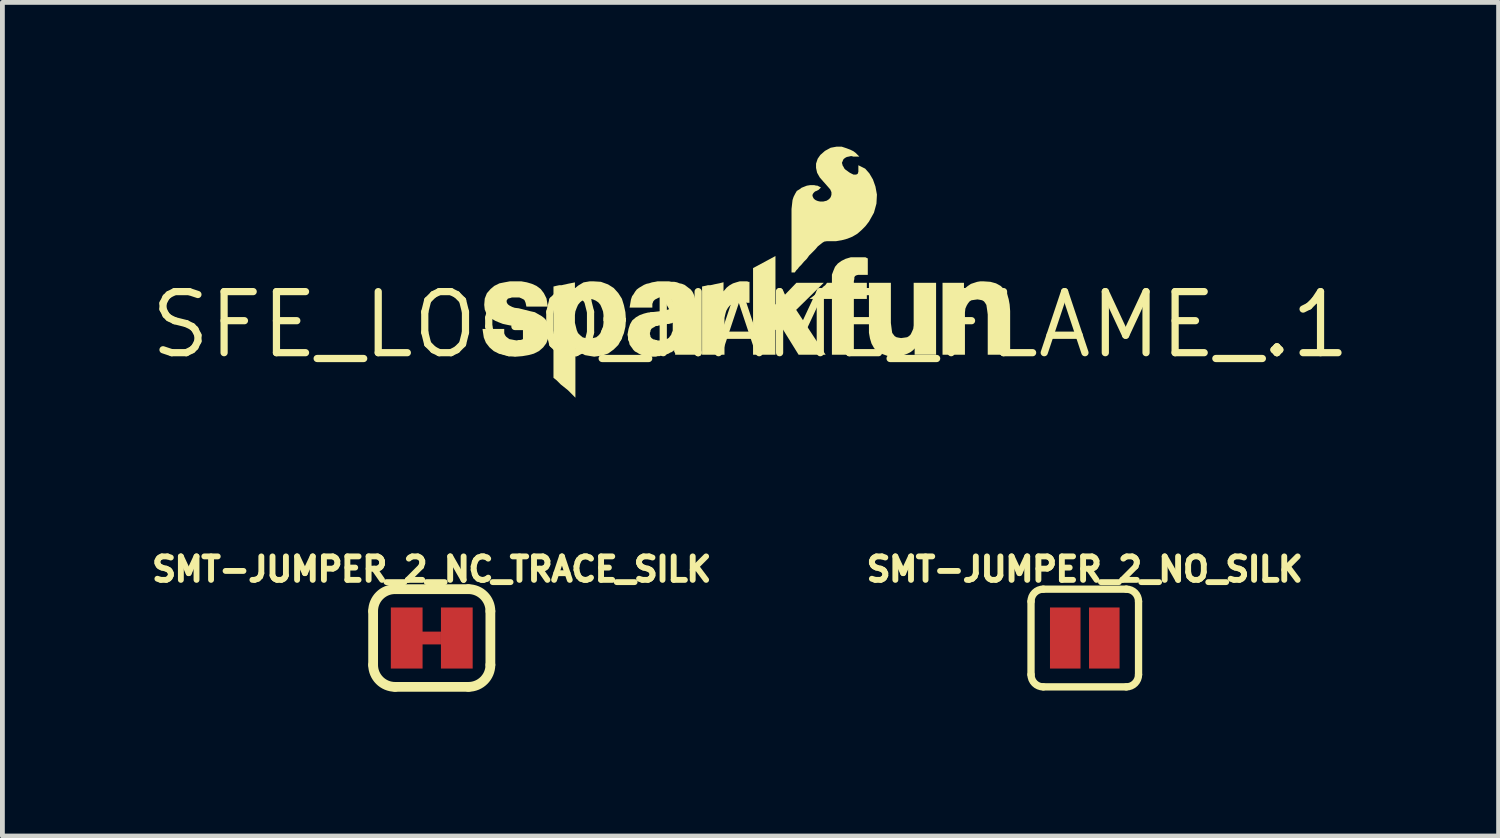
<source format=kicad_pcb>
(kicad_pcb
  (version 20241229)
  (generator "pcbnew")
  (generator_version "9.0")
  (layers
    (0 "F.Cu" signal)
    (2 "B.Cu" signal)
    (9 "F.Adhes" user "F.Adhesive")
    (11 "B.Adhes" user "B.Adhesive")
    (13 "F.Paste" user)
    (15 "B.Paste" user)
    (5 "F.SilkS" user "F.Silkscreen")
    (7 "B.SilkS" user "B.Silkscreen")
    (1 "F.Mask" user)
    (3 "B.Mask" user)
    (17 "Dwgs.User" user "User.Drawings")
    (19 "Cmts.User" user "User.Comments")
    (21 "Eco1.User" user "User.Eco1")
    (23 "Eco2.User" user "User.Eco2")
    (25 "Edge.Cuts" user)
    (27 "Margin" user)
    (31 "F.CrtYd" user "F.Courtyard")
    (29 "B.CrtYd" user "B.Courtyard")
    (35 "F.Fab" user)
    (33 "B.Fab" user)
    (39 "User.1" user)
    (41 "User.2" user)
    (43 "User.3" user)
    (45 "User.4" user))
  (footprint "SMT-JUMPER_2_NC_TRACE_SILK"
    (layer "F.Cu")
    (at 5.928 10.217)
    (property "Reference" "SMT-JUMPER_2_NC_TRACE_SILK" (at 0 -1.143 0) (layer "F.SilkS") (effects (font (size 0.488 0.488) (thickness 0.122)) (justify bottom)))
    (fp_poly (pts (xy 0.191 0.133) (xy -0.705 0.133) (xy -0.705 -0.133) (xy 0.191 -0.133)) (stroke (width 0) (type solid)) (fill yes) (layer "F.Cu"))
    (fp_poly (pts (xy 0.254 0.191) (xy -0.254 0.191) (xy -0.254 -0.191) (xy 0.254 -0.191)) (stroke (width 0) (type solid)) (fill yes) (layer "F.Mask"))
    (fp_line (start -1.219 0.559) (end -1.219 -0.559) (stroke (width 0.203) (type solid)) (layer "F.SilkS"))
    (fp_line (start -0.762 -1.016) (end 0.762 -1.016) (stroke (width 0.203) (type solid)) (layer "F.SilkS"))
    (fp_line (start 0.762 1.016) (end -0.762 1.016) (stroke (width 0.203) (type solid)) (layer "F.SilkS"))
    (fp_line (start 1.219 0.559) (end 1.219 -0.559) (stroke (width 0.203) (type solid)) (layer "F.SilkS"))
    (fp_arc (start -1.2192 -0.5588) (mid -1.085289 -0.882089) (end -0.762 -1.016) (stroke (width 0.2032) (type solid)) (layer "F.SilkS"))
    (fp_arc (start -0.762 1.016) (mid -1.085289 0.882089) (end -1.2192 0.5588) (stroke (width 0.2032) (type solid)) (layer "F.SilkS"))
    (fp_arc (start 0.762 -1.016) (mid 1.085289 -0.882089) (end 1.2192 -0.5588) (stroke (width 0.2032) (type solid)) (layer "F.SilkS"))
    (fp_arc (start 1.2192 0.5588) (mid 1.085289 0.882089) (end 0.762 1.016) (stroke (width 0.2032) (type solid)) (layer "F.SilkS"))
    (pad "1" smd rect (at -0.521 0) (size 0.66 1.27) (layers "F.Cu" "F.Mask"))
    (pad "2" smd rect (at 0.521 0) (size 0.66 1.27) (layers "F.Cu" "F.Mask")))
  (footprint "SFE_LOGO_NAME_FLAME_.1"
    (layer "F.Cu")
    (at 12.556 3.704)
    (property "Reference" "SFE_LOGO_NAME_FLAME_.1" (at 0 0 0) (layer "F.SilkS") (effects (font (size 1.27 1.27) (thickness 0.15))))
    (fp_poly (pts (xy -2.588 -0.143) (xy -2.601 0.04) (xy -2.633 0.176) (xy -2.699 0.335) (xy -3.107 0.144) (xy -3.066 0.035) (xy -3.057 -0.038) (xy -3.057 -0.155)) (stroke (width 0) (type solid)) (fill yes) (layer "F.SilkS"))
    (fp_poly (pts (xy -1.695 -0.036) (xy -1.75 -0.008) (xy -1.773 -0.008) (xy -1.803 0.002) (xy -1.843 0.002) (xy -1.873 0.012) (xy -1.91 0.012) (xy -1.93 0.022) (xy -1.985 0.022) (xy -2.092 -0.258) (xy -1.864 -0.284) (xy -1.76 -0.299)) (stroke (width 0) (type solid)) (fill yes) (layer "F.SilkS"))
    (fp_poly (pts (xy 0.519 -0.421) (xy 0.955 -0.874) (xy 1.524 -0.874) (xy 0.95 -0.311) (xy 1.562 0.622) (xy 1 0.622) (xy 0.623 0.014) (xy 0.519 0.111) (xy 0.519 0.622) (xy 0.053 0.622) (xy 0.053 -1.179) (xy 0.519 -1.43)) (stroke (width 0) (type solid)) (fill yes) (layer "F.SilkS"))
    (fp_poly (pts (xy 2.439 -1.38) (xy 2.439 -1.038) (xy 2.236 -1.038) (xy 2.204 -1.03) (xy 2.177 -1.016) (xy 2.164 -0.997) (xy 2.159 -0.987) (xy 2.159 -0.951) (xy 2.149 -0.911) (xy 2.149 -0.874) (xy 2.419 -0.874) (xy 2.419 -0.538) (xy 2.149 -0.538) (xy 2.149 0.622) (xy 1.693 0.622) (xy 1.693 -0.538) (xy 1.227 -0.538) (xy 1.356 -0.635) (xy 1.516 -0.795) (xy 1.554 -0.823) (xy 1.592 -0.874) (xy 1.693 -0.874) (xy 1.693 -1.043) (xy 1.726 -1.13) (xy 1.758 -1.206) (xy 1.815 -1.274) (xy 1.891 -1.329) (xy 1.977 -1.372) (xy 2.085 -1.404) (xy 2.39 -1.404)) (stroke (width 0) (type solid)) (fill yes) (layer "F.SilkS"))
    (fp_poly (pts (xy -0.053 -0.894) (xy -0.021 -0.894) (xy -0.021 -0.458) (xy -0.078 -0.458) (xy -0.098 -0.468) (xy -0.197 -0.468) (xy -0.292 -0.458) (xy -0.365 -0.44) (xy -0.424 -0.406) (xy -0.468 -0.354) (xy -0.504 -0.291) (xy -0.522 -0.227) (xy -0.541 -0.142) (xy -0.541 0.622) (xy -1.007 0.622) (xy -1.007 -0.797) (xy -0.927 -0.813) (xy -0.884 -0.824) (xy -0.833 -0.824) (xy -0.787 -0.833) (xy -0.747 -0.843) (xy -0.647 -0.863) (xy -0.561 -0.885) (xy -0.561 -0.695) (xy -0.549 -0.71) (xy -0.496 -0.773) (xy -0.44 -0.818) (xy -0.365 -0.861) (xy -0.3 -0.882) (xy -0.224 -0.904) (xy -0.063 -0.904)) (stroke (width 0) (type solid)) (fill yes) (layer "F.SilkS"))
    (fp_poly (pts (xy 2.919 -0.038) (xy 2.939 0.118) (xy 2.947 0.169) (xy 2.997 0.235) (xy 3.035 0.258) (xy 3.078 0.267) (xy 3.132 0.276) (xy 3.205 0.266) (xy 3.258 0.258) (xy 3.297 0.234) (xy 3.33 0.201) (xy 3.356 0.148) (xy 3.384 0.084) (xy 3.393 0.012) (xy 3.393 -0.874) (xy 3.859 -0.874) (xy 3.859 0.622) (xy 3.413 0.622) (xy 3.413 0.49) (xy 3.388 0.521) (xy 3.332 0.566) (xy 3.267 0.599) (xy 3.214 0.62) (xy 3.15 0.641) (xy 3.077 0.652) (xy 3.013 0.662) (xy 2.863 0.652) (xy 2.745 0.609) (xy 2.649 0.555) (xy 2.571 0.488) (xy 2.516 0.389) (xy 2.484 0.283) (xy 2.463 0.167) (xy 2.463 -0.874) (xy 2.919 -0.874)) (stroke (width 0) (type solid)) (fill yes) (layer "F.SilkS"))
    (fp_poly (pts (xy 4.987 -0.894) (xy 5.105 -0.862) (xy 5.204 -0.807) (xy 5.281 -0.73) (xy 5.336 -0.642) (xy 5.368 -0.535) (xy 5.389 -0.421) (xy 5.399 -0.287) (xy 5.399 0.622) (xy 4.933 0.622) (xy 4.933 -0.214) (xy 4.923 -0.291) (xy 4.913 -0.36) (xy 4.905 -0.413) (xy 4.879 -0.455) (xy 4.855 -0.487) (xy 4.817 -0.51) (xy 4.774 -0.519) (xy 4.72 -0.528) (xy 4.647 -0.518) (xy 4.594 -0.51) (xy 4.556 -0.487) (xy 4.522 -0.444) (xy 4.495 -0.399) (xy 4.468 -0.336) (xy 4.459 -0.254) (xy 4.459 0.622) (xy 3.993 0.622) (xy 3.993 -0.874) (xy 4.439 -0.874) (xy 4.439 -0.738) (xy 4.466 -0.764) (xy 4.518 -0.807) (xy 4.584 -0.851) (xy 4.712 -0.893) (xy 4.778 -0.904) (xy 4.842 -0.904)) (stroke (width 0) (type solid)) (fill yes) (layer "F.SilkS"))
    (fp_poly (pts (xy -3.111 -0.894) (xy -2.962 -0.84) (xy -2.844 -0.765) (xy -2.749 -0.659) (xy -2.674 -0.542) (xy -2.632 -0.406) (xy -2.601 -0.261) (xy -2.588 -0.067) (xy -3.057 -0.079) (xy -3.057 -0.204) (xy -3.066 -0.277) (xy -3.094 -0.352) (xy -3.122 -0.416) (xy -3.165 -0.467) (xy -3.217 -0.502) (xy -3.279 -0.529) (xy -3.359 -0.538) (xy -3.43 -0.529) (xy -3.5 -0.502) (xy -3.542 -0.469) (xy -3.586 -0.416) (xy -3.614 -0.352) (xy -3.642 -0.277) (xy -3.651 -0.204) (xy -3.651 -0.041) (xy -3.613 0.112) (xy -3.587 0.172) (xy -3.543 0.216) (xy -3.491 0.26) (xy -3.432 0.276) (xy -3.349 0.286) (xy -3.276 0.276) (xy -3.207 0.259) (xy -3.156 0.217) (xy -3.122 0.174) (xy -3.078 0.073) (xy -2.666 0.267) (xy -2.748 0.417) (xy -2.844 0.513) (xy -2.961 0.598) (xy -3.09 0.641) (xy -3.25 0.663) (xy -3.441 0.631) (xy -3.507 0.597) (xy -3.614 0.533) (xy -3.641 0.5) (xy -3.641 1.516) (xy -3.794 1.362) (xy -3.944 1.242) (xy -4.034 1.152) (xy -4.097 1.102) (xy -4.097 -0.796) (xy -4.027 -0.813) (xy -3.973 -0.824) (xy -3.924 -0.824) (xy -3.887 -0.833) (xy -3.837 -0.843) (xy -3.797 -0.853) (xy -3.651 -0.882) (xy -3.651 -0.758) (xy -3.634 -0.774) (xy -3.581 -0.817) (xy -3.472 -0.882) (xy -3.342 -0.904) (xy -3.268 -0.904)) (stroke (width 0) (type solid)) (fill yes) (layer "F.SilkS"))
    (fp_poly (pts (xy -4.65 -0.883) (xy -4.546 -0.852) (xy -4.45 -0.809) (xy -4.362 -0.743) (xy -4.296 -0.656) (xy -4.242 -0.548) (xy -4.214 -0.378) (xy -4.66 -0.378) (xy -4.676 -0.455) (xy -4.693 -0.498) (xy -4.706 -0.519) (xy -4.728 -0.533) (xy -4.765 -0.551) (xy -4.806 -0.568) (xy -4.963 -0.568) (xy -4.988 -0.559) (xy -5.028 -0.549) (xy -5.045 -0.544) (xy -5.071 -0.504) (xy -5.071 -0.481) (xy -5.064 -0.453) (xy -5.042 -0.423) (xy -5.009 -0.399) (xy -4.954 -0.371) (xy -4.901 -0.353) (xy -4.822 -0.344) (xy -4.58 -0.283) (xy -4.485 -0.262) (xy -4.337 -0.177) (xy -4.27 -0.122) (xy -4.225 -0.054) (xy -4.192 0.024) (xy -4.181 0.125) (xy -4.202 0.263) (xy -4.245 0.382) (xy -4.311 0.47) (xy -4.398 0.546) (xy -4.505 0.6) (xy -4.621 0.631) (xy -4.744 0.652) (xy -4.869 0.662) (xy -4.994 0.652) (xy -5.117 0.631) (xy -5.233 0.6) (xy -5.34 0.546) (xy -5.427 0.47) (xy -5.502 0.373) (xy -5.546 0.264) (xy -5.573 0.086) (xy -5.121 0.086) (xy -5.121 0.177) (xy -5.105 0.215) (xy -5.082 0.247) (xy -5.014 0.298) (xy -4.962 0.307) (xy -4.912 0.317) (xy -4.861 0.325) (xy -4.824 0.316) (xy -4.784 0.316) (xy -4.752 0.308) (xy -4.719 0.291) (xy -4.684 0.265) (xy -4.663 0.245) (xy -4.648 0.184) (xy -4.655 0.157) (xy -4.669 0.129) (xy -4.7 0.106) (xy -4.745 0.079) (xy -4.8 0.061) (xy -4.957 0.021) (xy -5.057 0.001) (xy -5.15 -0.019) (xy -5.233 -0.051) (xy -5.306 -0.082) (xy -5.379 -0.124) (xy -5.446 -0.169) (xy -5.493 -0.238) (xy -5.526 -0.316) (xy -5.537 -0.415) (xy -5.526 -0.545) (xy -5.482 -0.656) (xy -5.406 -0.743) (xy -5.33 -0.808) (xy -5.221 -0.862) (xy -5.116 -0.883) (xy -5.002 -0.904) (xy -4.766 -0.904)) (stroke (width 0) (type solid)) (fill yes) (layer "F.SilkS"))
    (fp_poly (pts (xy 1.994 -3.672) (xy 2.076 -3.641) (xy 2.141 -3.609) (xy 2.186 -3.575) (xy 2.263 -3.498) (xy 2.135 -3.498) (xy 2.105 -3.508) (xy 2.086 -3.508) (xy 2.049 -3.499) (xy 2.003 -3.49) (xy 1.971 -3.473) (xy 1.939 -3.449) (xy 1.926 -3.429) (xy 1.916 -3.401) (xy 1.906 -3.381) (xy 1.901 -3.366) (xy 1.908 -3.347) (xy 1.916 -3.312) (xy 1.934 -3.285) (xy 1.952 -3.249) (xy 1.975 -3.226) (xy 2.003 -3.207) (xy 2.043 -3.177) (xy 2.07 -3.159) (xy 2.14 -3.124) (xy 2.195 -3.124) (xy 2.214 -3.131) (xy 2.229 -3.14) (xy 2.243 -3.182) (xy 2.243 -3.318) (xy 2.385 -3.247) (xy 2.472 -3.148) (xy 2.546 -3.022) (xy 2.598 -2.876) (xy 2.629 -2.708) (xy 2.619 -2.52) (xy 2.567 -2.331) (xy 2.463 -2.145) (xy 2.39 -2.051) (xy 2.307 -1.968) (xy 2.224 -1.895) (xy 2.118 -1.832) (xy 2.013 -1.79) (xy 1.899 -1.759) (xy 1.774 -1.738) (xy 1.584 -1.738) (xy 1.534 -1.73) (xy 1.493 -1.705) (xy 1.398 -1.629) (xy 1.349 -1.57) (xy 1.22 -1.441) (xy 1.17 -1.371) (xy 1.109 -1.31) (xy 1.059 -1.25) (xy 1.01 -1.201) (xy 0.98 -1.161) (xy 0.951 -1.132) (xy 0.921 -1.088) (xy 0.853 -1.088) (xy 0.853 -2.408) (xy 0.874 -2.594) (xy 0.896 -2.661) (xy 0.928 -2.724) (xy 0.963 -2.784) (xy 1.02 -2.818) (xy 1.062 -2.85) (xy 1.171 -2.893) (xy 1.238 -2.904) (xy 1.326 -2.904) (xy 1.366 -2.894) (xy 1.39 -2.894) (xy 1.465 -2.856) (xy 1.414 -2.805) (xy 1.366 -2.781) (xy 1.342 -2.773) (xy 1.311 -2.742) (xy 1.296 -2.719) (xy 1.289 -2.7) (xy 1.289 -2.682) (xy 1.296 -2.661) (xy 1.312 -2.629) (xy 1.335 -2.606) (xy 1.359 -2.59) (xy 1.402 -2.573) (xy 1.445 -2.564) (xy 1.516 -2.564) (xy 1.585 -2.581) (xy 1.635 -2.614) (xy 1.667 -2.654) (xy 1.683 -2.702) (xy 1.683 -2.758) (xy 1.658 -2.815) (xy 1.592 -2.891) (xy 1.512 -2.981) (xy 1.44 -3.064) (xy 1.385 -3.162) (xy 1.363 -3.262) (xy 1.363 -3.352) (xy 1.397 -3.453) (xy 1.452 -3.532) (xy 1.549 -3.617) (xy 1.668 -3.682) (xy 1.788 -3.704) (xy 1.897 -3.704)) (stroke (width 0) (type solid)) (fill yes) (layer "F.SilkS"))
    (fp_poly (pts (xy -1.645 -0.894) (xy -1.585 -0.894) (xy -1.528 -0.883) (xy -1.478 -0.863) (xy -1.428 -0.853) (xy -1.37 -0.83) (xy -1.242 -0.733) (xy -1.206 -0.686) (xy -1.184 -0.642) (xy -1.162 -0.587) (xy -1.151 -0.53) (xy -1.151 0.335) (xy -1.141 0.355) (xy -1.141 0.445) (xy -1.131 0.465) (xy -1.131 0.485) (xy -1.121 0.505) (xy -1.121 0.535) (xy -1.118 0.541) (xy -1.101 0.558) (xy -1.101 0.622) (xy -1.567 0.622) (xy -1.567 0.59) (xy -1.577 0.58) (xy -1.577 0.57) (xy -1.587 0.56) (xy -1.587 0.53) (xy -1.589 0.528) (xy -1.605 0.544) (xy -1.642 0.569) (xy -1.672 0.579) (xy -1.702 0.599) (xy -1.833 0.642) (xy -1.863 0.642) (xy -1.893 0.652) (xy -1.933 0.652) (xy -1.963 0.662) (xy -2.083 0.662) (xy -2.133 0.652) (xy -2.184 0.652) (xy -2.231 0.64) (xy -2.285 0.619) (xy -2.328 0.597) (xy -2.358 0.577) (xy -2.402 0.555) (xy -2.439 0.518) (xy -2.46 0.486) (xy -2.49 0.446) (xy -2.515 0.409) (xy -2.525 0.356) (xy -2.547 0.313) (xy -2.547 0.258) (xy -2.558 0.204) (xy -2.536 0.085) (xy -2.504 -0.012) (xy -2.459 -0.091) (xy -2.381 -0.157) (xy -2.305 -0.201) (xy -2.22 -0.232) (xy -2.136 -0.254) (xy -2.014 -0.267) (xy -1.909 0.008) (xy -1.974 0.029) (xy -1.986 0.035) (xy -1.996 0.045) (xy -2.036 0.065) (xy -2.046 0.075) (xy -2.061 0.082) (xy -2.081 0.123) (xy -2.081 0.143) (xy -2.091 0.163) (xy -2.091 0.198) (xy -2.081 0.228) (xy -2.081 0.245) (xy -2.078 0.251) (xy -2.068 0.261) (xy -2.061 0.276) (xy -2.046 0.283) (xy -2.036 0.293) (xy -2.01 0.306) (xy -1.99 0.306) (xy -1.97 0.316) (xy -1.95 0.316) (xy -1.93 0.326) (xy -1.893 0.326) (xy -1.843 0.316) (xy -1.798 0.316) (xy -1.762 0.298) (xy -1.725 0.289) (xy -1.703 0.274) (xy -1.689 0.26) (xy -1.669 0.23) (xy -1.652 0.213) (xy -1.634 0.159) (xy -1.624 0.139) (xy -1.617 0.118) (xy -1.617 -0.044) (xy -1.65 -0.028) (xy -1.67 -0.028) (xy -1.69 -0.018) (xy -1.769 -0.018) (xy -1.835 -0.283) (xy -1.73 -0.312) (xy -1.675 -0.331) (xy -1.635 -0.355) (xy -1.617 -0.379) (xy -1.617 -0.467) (xy -1.64 -0.513) (xy -1.65 -0.523) (xy -1.657 -0.538) (xy -1.698 -0.558) (xy -1.718 -0.558) (xy -1.738 -0.568) (xy -1.9 -0.568) (xy -1.986 -0.525) (xy -2.018 -0.493) (xy -2.024 -0.481) (xy -2.034 -0.451) (xy -2.041 -0.437) (xy -2.041 -0.358) (xy -2.514 -0.358) (xy -2.486 -0.525) (xy -2.463 -0.594) (xy -2.431 -0.637) (xy -2.401 -0.687) (xy -2.366 -0.733) (xy -2.32 -0.768) (xy -2.216 -0.83) (xy -2.16 -0.853) (xy -2.109 -0.863) (xy -2.048 -0.883) (xy -1.986 -0.893) (xy -1.933 -0.904) (xy -1.695 -0.904)) (stroke (width 0) (type solid)) (fill yes) (layer "F.SilkS")))
  (footprint "SMT-JUMPER_2_NO_SILK"
    (layer "F.Cu")
    (at 19.507 10.217)
    (property "Reference" "SMT-JUMPER_2_NO_SILK" (at 0 -1.143 0) (layer "F.SilkS") (effects (font (size 0.488 0.488) (thickness 0.122)) (justify bottom)))
    (fp_line (start -1.118 0.762) (end -1.118 -0.762) (stroke (width 0.152) (type solid)) (layer "F.SilkS"))
    (fp_line (start -0.864 -1.016) (end 0.864 -1.016) (stroke (width 0.152) (type solid)) (layer "F.SilkS"))
    (fp_line (start 0.864 1.016) (end -0.864 1.016) (stroke (width 0.152) (type solid)) (layer "F.SilkS"))
    (fp_line (start 1.118 0.762) (end 1.118 -0.762) (stroke (width 0.152) (type solid)) (layer "F.SilkS"))
    (fp_arc (start -1.1176 -0.762) (mid -1.043205 -0.941605) (end -0.8636 -1.016) (stroke (width 0.1524) (type solid)) (layer "F.SilkS"))
    (fp_arc (start -0.8636 1.016) (mid -1.043205 0.941605) (end -1.1176 0.762) (stroke (width 0.1524) (type solid)) (layer "F.SilkS"))
    (fp_arc (start 0.8636 -1.016) (mid 1.043205 -0.941605) (end 1.1176 -0.762) (stroke (width 0.1524) (type solid)) (layer "F.SilkS"))
    (fp_arc (start 1.1176 0.762) (mid 1.043205 0.941605) (end 0.8636 1.016) (stroke (width 0.1524) (type solid)) (layer "F.SilkS"))
    (pad "1" smd rect (at -0.406 0) (size 0.635 1.27) (layers "F.Cu" "F.Mask"))
    (pad "2" smd rect (at 0.406 0) (size 0.635 1.27) (layers "F.Cu" "F.Mask")))
  (gr_rect
    (start -3 -3)
    (end 28.112 14.334)
    (stroke (width 0.1) (type default))
    (fill no)
    (layer "Edge.Cuts")))
</source>
